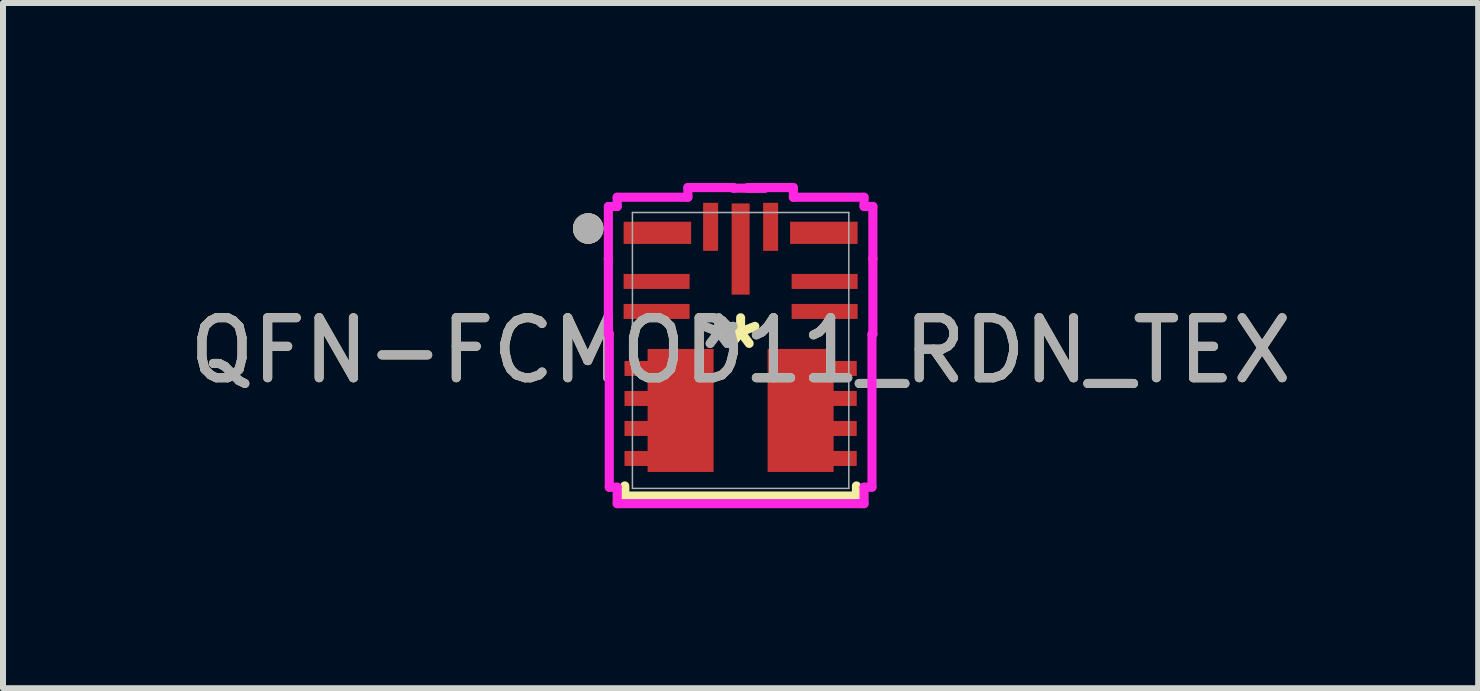
<source format=kicad_pcb>
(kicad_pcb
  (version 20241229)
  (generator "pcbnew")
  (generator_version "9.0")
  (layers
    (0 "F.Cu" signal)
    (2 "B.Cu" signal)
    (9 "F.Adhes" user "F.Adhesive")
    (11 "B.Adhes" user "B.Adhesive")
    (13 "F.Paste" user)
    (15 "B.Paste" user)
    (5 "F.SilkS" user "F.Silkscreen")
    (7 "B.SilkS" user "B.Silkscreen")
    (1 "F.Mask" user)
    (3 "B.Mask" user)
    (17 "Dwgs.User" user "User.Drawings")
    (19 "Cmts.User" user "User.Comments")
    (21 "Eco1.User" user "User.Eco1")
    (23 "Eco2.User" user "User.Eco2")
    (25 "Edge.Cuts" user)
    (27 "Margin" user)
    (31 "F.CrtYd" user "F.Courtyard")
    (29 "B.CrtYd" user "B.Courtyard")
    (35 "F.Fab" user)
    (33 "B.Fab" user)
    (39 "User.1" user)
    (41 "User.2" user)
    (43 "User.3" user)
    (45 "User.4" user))
  (footprint "QFN-FCMOD11_RDN_TEX"
    (layer "F.Cu")
    (at 9.292 2.79)
    (property "Reference" "QFN-FCMOD11_RDN_TEX" (at 0 0 0) (unlocked yes) (layer "F.SilkS") (effects (font (size 1 1) (thickness 0.15))))
    (attr smd)
    (fp_poly (pts (xy -1.55 -0.025) (xy -1.55 0.175) (xy -1.935 0.175) (xy -1.935 0.425) (xy -1.55 0.425) (xy -1.55 0.675) (xy -1.935 0.675) (xy -1.935 0.925) (xy -1.55 0.925) (xy -1.55 1.175) (xy -1.935 1.175) (xy -1.935 1.425) (xy -1.55 1.425) (xy -1.55 1.675) (xy -1.935 1.675) (xy -1.935 1.925) (xy -1.55 1.925) (xy -1.55 2.025) (xy -0.45 2.025) (xy -0.45 -0.025)) (stroke (width 0) (type solid)) (fill yes) (layer "F.Cu"))
    (fp_poly (pts (xy 0.45 -0.025) (xy 0.45 2.025) (xy 1.55 2.025) (xy 1.55 1.925) (xy 1.935 1.925) (xy 1.935 1.675) (xy 1.55 1.675) (xy 1.55 1.425) (xy 1.935 1.425) (xy 1.935 1.175) (xy 1.55 1.175) (xy 1.55 0.925) (xy 1.935 0.925) (xy 1.935 0.675) (xy 1.55 0.675) (xy 1.55 0.425) (xy 1.935 0.425) (xy 1.935 0.175) (xy 1.55 0.175) (xy 1.55 -0.025)) (stroke (width 0) (type solid)) (fill yes) (layer "F.Cu"))
    (fp_poly (pts (xy -1.55 -0.025) (xy -1.55 0.175) (xy -1.935 0.175) (xy -1.935 0.425) (xy -1.55 0.425) (xy -1.55 0.675) (xy -1.935 0.675) (xy -1.935 0.925) (xy -1.55 0.925) (xy -1.55 1.175) (xy -1.935 1.175) (xy -1.935 1.425) (xy -1.55 1.425) (xy -1.55 1.675) (xy -1.935 1.675) (xy -1.935 1.925) (xy -1.55 1.925) (xy -1.55 2.025) (xy -0.45 2.025) (xy -0.45 -0.025)) (stroke (width 0) (type solid)) (fill yes) (layer "F.Mask"))
    (fp_poly (pts (xy 0.45 -0.025) (xy 0.45 2.025) (xy 1.55 2.025) (xy 1.55 1.925) (xy 1.935 1.925) (xy 1.935 1.675) (xy 1.55 1.675) (xy 1.55 1.425) (xy 1.935 1.425) (xy 1.935 1.175) (xy 1.55 1.175) (xy 1.55 0.925) (xy 1.935 0.925) (xy 1.935 0.675) (xy 1.55 0.675) (xy 1.55 0.425) (xy 1.935 0.425) (xy 1.935 0.175) (xy 1.55 0.175) (xy 1.55 -0.025)) (stroke (width 0) (type solid)) (fill yes) (layer "F.Mask"))
    (fp_line (start -1.93 2.426) (end -1.93 2.258) (stroke (width 0.152) (type solid)) (layer "F.SilkS"))
    (fp_line (start 1.93 2.258) (end 1.93 2.426) (stroke (width 0.152) (type solid)) (layer "F.SilkS"))
    (fp_line (start 1.93 2.426) (end -1.93 2.426) (stroke (width 0.152) (type solid)) (layer "F.SilkS"))
    (fp_circle (center -2.54 -2.032) (end -2.413 -2.032) (stroke (width 0.254) (type solid)) (fill no) (layer "F.SilkS"))
    (fp_circle (center -2.54 -2.032) (end -2.413 -2.032) (stroke (width 0.254) (type solid)) (fill no) (layer "B.SilkS"))
    (fp_poly (pts (xy -1.55 -0.025) (xy -1.55 0.175) (xy -1.935 0.175) (xy -1.935 0.425) (xy -1.55 0.425) (xy -1.55 0.675) (xy -1.935 0.675) (xy -1.935 0.925) (xy -1.55 0.925) (xy -1.55 1.175) (xy -1.935 1.175) (xy -1.935 1.425) (xy -1.55 1.425) (xy -1.55 1.675) (xy -1.935 1.675) (xy -1.935 1.925) (xy -1.55 1.925) (xy -1.55 2.025) (xy -0.45 2.025) (xy -0.45 -0.025)) (stroke (width 0) (type solid)) (fill yes) (layer "F.Paste"))
    (fp_poly (pts (xy 0.45 -0.025) (xy 0.45 2.025) (xy 1.55 2.025) (xy 1.55 1.925) (xy 1.935 1.925) (xy 1.935 1.675) (xy 1.55 1.675) (xy 1.55 1.425) (xy 1.935 1.425) (xy 1.935 1.175) (xy 1.55 1.175) (xy 1.55 0.925) (xy 1.935 0.925) (xy 1.935 0.675) (xy 1.55 0.675) (xy 1.55 0.425) (xy 1.935 0.425) (xy 1.935 0.175) (xy 1.55 0.175) (xy 1.55 -0.025)) (stroke (width 0) (type solid)) (fill yes) (layer "F.Paste"))
    (fp_line (start -2.204 -1.521) (end -2.204 -0.271) (stroke (width 0.152) (type solid)) (layer "F.CrtYd"))
    (fp_line (start -2.204 -0.271) (end -2.189 -0.271) (stroke (width 0.152) (type solid)) (layer "F.CrtYd"))
    (fp_line (start -2.204 -2.399) (end -2.204 -1.521) (stroke (width 0.152) (type solid)) (layer "F.CrtYd"))
    (fp_line (start -2.204 -1.521) (end -2.204 -1.521) (stroke (width 0.152) (type solid)) (layer "F.CrtYd"))
    (fp_line (start -2.189 -0.279) (end -2.189 2.279) (stroke (width 0.152) (type solid)) (layer "F.CrtYd"))
    (fp_line (start -2.189 -0.271) (end -2.189 -0.279) (stroke (width 0.152) (type solid)) (layer "F.CrtYd"))
    (fp_line (start -2.189 2.279) (end -2.057 2.279) (stroke (width 0.152) (type solid)) (layer "F.CrtYd"))
    (fp_line (start -2.057 -2.553) (end -2.057 -2.399) (stroke (width 0.152) (type solid)) (layer "F.CrtYd"))
    (fp_line (start -2.057 -2.399) (end -2.204 -2.399) (stroke (width 0.152) (type solid)) (layer "F.CrtYd"))
    (fp_line (start -2.057 2.279) (end -2.057 2.553) (stroke (width 0.152) (type solid)) (layer "F.CrtYd"))
    (fp_line (start -2.057 2.553) (end 2.057 2.553) (stroke (width 0.152) (type solid)) (layer "F.CrtYd"))
    (fp_line (start -0.879 -2.714) (end -0.879 -2.553) (stroke (width 0.152) (type solid)) (layer "F.CrtYd"))
    (fp_line (start -0.879 -2.553) (end -2.057 -2.553) (stroke (width 0.152) (type solid)) (layer "F.CrtYd"))
    (fp_line (start -0.121 -2.714) (end -0.879 -2.714) (stroke (width 0.152) (type solid)) (layer "F.CrtYd"))
    (fp_line (start -0.121 -2.704) (end -0.121 -2.714) (stroke (width 0.152) (type solid)) (layer "F.CrtYd"))
    (fp_line (start 0.121 -2.714) (end 0.121 -2.704) (stroke (width 0.152) (type solid)) (layer "F.CrtYd"))
    (fp_line (start 0.121 -2.704) (end 0.404 -2.704) (stroke (width 0.152) (type solid)) (layer "F.CrtYd"))
    (fp_line (start 0.404 -2.704) (end -0.121 -2.704) (stroke (width 0.152) (type solid)) (layer "F.CrtYd"))
    (fp_line (start 0.879 -2.714) (end 0.121 -2.714) (stroke (width 0.152) (type solid)) (layer "F.CrtYd"))
    (fp_line (start 0.879 -2.553) (end 0.879 -2.714) (stroke (width 0.152) (type solid)) (layer "F.CrtYd"))
    (fp_line (start 2.057 -2.553) (end 0.879 -2.553) (stroke (width 0.152) (type solid)) (layer "F.CrtYd"))
    (fp_line (start 2.057 -2.399) (end 2.057 -2.553) (stroke (width 0.152) (type solid)) (layer "F.CrtYd"))
    (fp_line (start 2.057 2.279) (end 2.189 2.279) (stroke (width 0.152) (type solid)) (layer "F.CrtYd"))
    (fp_line (start 2.057 2.553) (end 2.057 2.279) (stroke (width 0.152) (type solid)) (layer "F.CrtYd"))
    (fp_line (start 2.189 -0.271) (end 2.204 -0.271) (stroke (width 0.152) (type solid)) (layer "F.CrtYd"))
    (fp_line (start 2.189 2.279) (end 2.189 -0.271) (stroke (width 0.152) (type solid)) (layer "F.CrtYd"))
    (fp_line (start 2.204 -2.399) (end 2.057 -2.399) (stroke (width 0.152) (type solid)) (layer "F.CrtYd"))
    (fp_line (start 2.204 -1.529) (end 2.204 -2.399) (stroke (width 0.152) (type solid)) (layer "F.CrtYd"))
    (fp_line (start 2.204 -1.529) (end 2.204 -1.529) (stroke (width 0.152) (type solid)) (layer "F.CrtYd"))
    (fp_line (start 2.204 -0.271) (end 2.204 -1.529) (stroke (width 0.152) (type solid)) (layer "F.CrtYd"))
    (fp_line (start -1.803 -2.299) (end -1.803 2.299) (stroke (width 0.025) (type solid)) (layer "F.Fab"))
    (fp_line (start -1.803 2.299) (end 1.803 2.299) (stroke (width 0.025) (type solid)) (layer "F.Fab"))
    (fp_line (start 1.803 -2.299) (end -1.803 -2.299) (stroke (width 0.025) (type solid)) (layer "F.Fab"))
    (fp_line (start 1.803 2.299) (end 1.803 -2.299) (stroke (width 0.025) (type solid)) (layer "F.Fab"))
    (fp_circle (center -2.54 -2.032) (end -2.413 -2.032) (stroke (width 0.254) (type solid)) (fill no) (layer "F.Fab"))
    (fp_text user "*" (at 0 0 0) (layer "F.SilkS") (effects (font (size 1 1) (thickness 0.15))))
    (fp_text user "*" (at -0.365 0 0) (unlocked yes) (layer "F.Fab") (effects (font (size 1 1) (thickness 0.15))))
    (fp_text user "*" (at -0.365 0 0) (layer "F.Fab") (effects (font (size 1 1) (thickness 0.15))))
    (fp_text user "${REFERENCE}" (at 0 0 0) (unlocked yes) (layer "F.Fab") (effects (font (size 1 1) (thickness 0.15))))
    (pad "1" smd rect (at -1.387 -1.96) (size 1.125 0.37) (layers "F.Cu" "F.Mask" "F.Paste"))
    (pad "2" smd rect (at -1.4 -1.15) (size 1.1 0.25) (layers "F.Cu" "F.Mask" "F.Paste"))
    (pad "3" smd rect (at -1.4 -0.65) (size 1.1 0.25) (layers "F.Cu" "F.Mask" "F.Paste"))
    (pad "4" smd rect (at -1 1) (size 0.127 0.127) (layers "F.Cu" "F.Mask" "F.Paste"))
    (pad "5" smd rect (at 1 1) (size 0.127 0.127) (layers "F.Cu" "F.Mask" "F.Paste"))
    (pad "6" smd rect (at 1.4 -0.65) (size 1.1 0.25) (layers "F.Cu" "F.Mask" "F.Paste"))
    (pad "7" smd rect (at 1.4 -1.15) (size 1.1 0.25) (layers "F.Cu" "F.Mask" "F.Paste"))
    (pad "8" smd rect (at 1.387 -1.96) (size 1.125 0.37) (layers "F.Cu" "F.Mask" "F.Paste"))
    (pad "9" smd rect (at 0.5 -2.06 90) (size 0.8 0.25) (layers "F.Cu" "F.Mask" "F.Paste"))
    (pad "10" smd rect (at 0 -1.69 90) (size 1.52 0.3) (layers "F.Cu" "F.Mask" "F.Paste"))
    (pad "11" smd rect (at -0.5 -2.06 90) (size 0.8 0.25) (layers "F.Cu" "F.Mask" "F.Paste")))
  (gr_rect
    (start -3 -3)
    (end 21.583 8.419)
    (stroke (width 0.1) (type default))
    (fill no)
    (layer "Edge.Cuts")))
</source>
